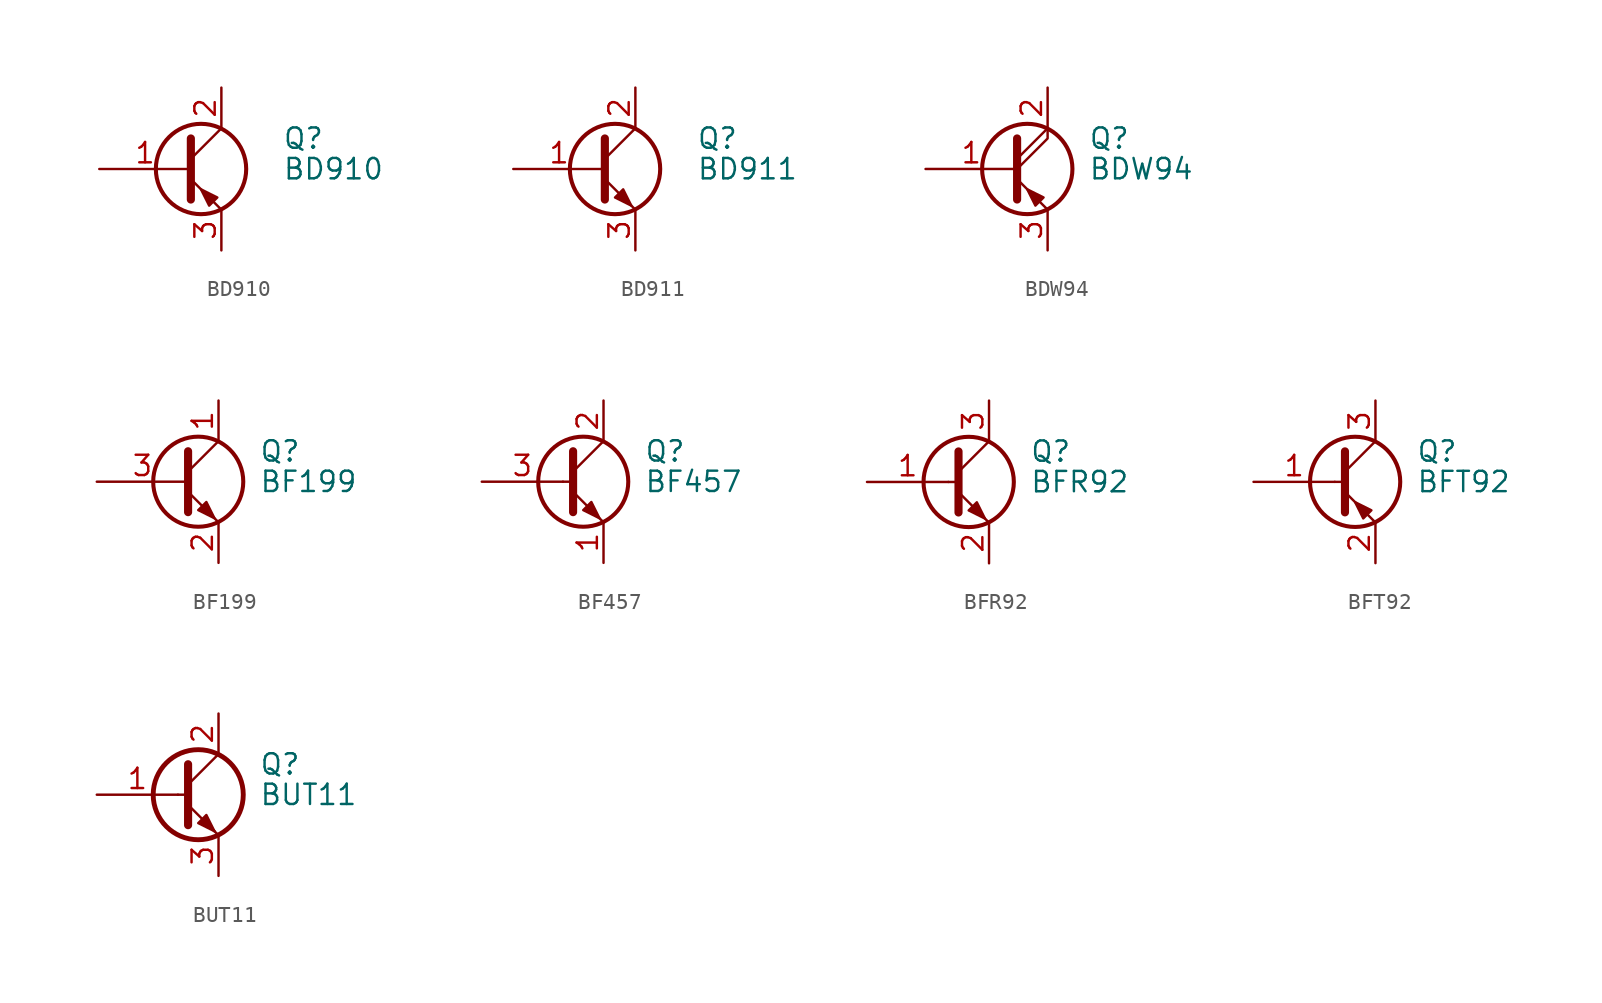
<source format=kicad_sym>
(kicad_symbol_lib
  (version 20201005)
  (generator kicad_symbol_editor)
  (symbol "Transistor_BJT:BD910"
    (pin_names
      (offset 0) hide)
    (property "Reference" "Q"
      (at 6.35 1.905 0)
      (effects (font (size 1.27 1.27)) (justify left)))
    (property "Value" "BD910"
      (at 6.35 0 0)
      (effects (font (size 1.27 1.27)) (justify left)))
    (symbol "BD910_0_1"
      (circle (center 1.27 0) (radius 2.819) (stroke (width 0.254)) (fill (type none)))
      (polyline (pts (xy 0.635 0.635) (xy 2.54 2.54)) (stroke (width 0)) (fill (type none)))
      (polyline (pts (xy 0.635 -0.635) (xy 2.54 -2.54) (xy 2.54 -2.54)) (stroke (width 0)) (fill (type none)))
      (polyline (pts (xy 0.635 1.905) (xy 0.635 -1.905) (xy 0.635 -1.905)) (stroke (width 0.508)) (fill (type none)))
      (polyline (pts (xy 2.286 -1.778) (xy 1.778 -2.286) (xy 1.27 -1.27) (xy 2.286 -1.778) (xy 2.286 -1.778)) (stroke (width 0)) (fill (type outline))))
    (symbol "BD910_1_1"
      (pin input line (at -5.08 0 0) (length 5.715) (name "B" (effects (font (size 1.27 1.27)))) (number "1" (effects (font (size 1.27 1.27)))))
      (pin passive line (at 2.54 5.08 270) (length 2.54) (name "C" (effects (font (size 1.27 1.27)))) (number "2" (effects (font (size 1.27 1.27)))))
      (pin passive line (at 2.54 -5.08 90) (length 2.54) (name "E" (effects (font (size 1.27 1.27)))) (number "3" (effects (font (size 1.27 1.27)))))))
  (symbol "Transistor_BJT:BD911"
    (pin_names
      (offset 0) hide)
    (property "Reference" "Q"
      (at 6.35 1.905 0)
      (effects (font (size 1.27 1.27)) (justify left)))
    (property "Value" "BD911"
      (at 6.35 0 0)
      (effects (font (size 1.27 1.27)) (justify left)))
    (symbol "BD911_0_1"
      (circle (center 1.27 0) (radius 2.819) (stroke (width 0.254)) (fill (type none)))
      (polyline (pts (xy 0.635 0.635) (xy 2.54 2.54)) (stroke (width 0)) (fill (type none)))
      (polyline (pts (xy 0.635 -0.635) (xy 2.54 -2.54) (xy 2.54 -2.54)) (stroke (width 0)) (fill (type none)))
      (polyline (pts (xy 0.635 1.905) (xy 0.635 -1.905) (xy 0.635 -1.905)) (stroke (width 0.508)) (fill (type none)))
      (polyline (pts (xy 1.27 -1.778) (xy 1.778 -1.27) (xy 2.286 -2.286) (xy 1.27 -1.778) (xy 1.27 -1.778)) (stroke (width 0)) (fill (type outline))))
    (symbol "BD911_1_1"
      (pin input line (at -5.08 0 0) (length 5.715) (name "B" (effects (font (size 1.27 1.27)))) (number "1" (effects (font (size 1.27 1.27)))))
      (pin passive line (at 2.54 5.08 270) (length 2.54) (name "C" (effects (font (size 1.27 1.27)))) (number "2" (effects (font (size 1.27 1.27)))))
      (pin passive line (at 2.54 -5.08 90) (length 2.54) (name "E" (effects (font (size 1.27 1.27)))) (number "3" (effects (font (size 1.27 1.27)))))))
  (symbol "Transistor_BJT:BDW94"
    (pin_names
      (offset 0) hide)
    (property "Reference" "Q"
      (at 5.08 1.905 0)
      (effects (font (size 1.27 1.27)) (justify left)))
    (property "Value" "BDW94"
      (at 5.08 0 0)
      (effects (font (size 1.27 1.27)) (justify left)))
    (symbol "BDW94_0_1"
      (circle (center 1.27 0) (radius 2.819) (stroke (width 0.254)) (fill (type none)))
      (polyline (pts (xy 0.635 0.635) (xy 2.54 2.54)) (stroke (width 0)) (fill (type none)))
      (polyline (pts (xy 0.635 -0.635) (xy 2.54 -2.54) (xy 2.54 -2.54)) (stroke (width 0)) (fill (type none)))
      (polyline (pts (xy 0.635 0) (xy 2.54 1.905) (xy 2.54 2.54)) (stroke (width 0)) (fill (type none)))
      (polyline (pts (xy 0.635 1.905) (xy 0.635 -1.905) (xy 0.635 -1.905)) (stroke (width 0.508)) (fill (type none)))
      (polyline (pts (xy 2.286 -1.778) (xy 1.778 -2.286) (xy 1.27 -1.27) (xy 2.286 -1.778) (xy 2.286 -1.778)) (stroke (width 0)) (fill (type outline))))
    (symbol "BDW94_1_1"
      (pin input line (at -5.08 0 0) (length 5.715) (name "B" (effects (font (size 1.27 1.27)))) (number "1" (effects (font (size 1.27 1.27)))))
      (pin passive line (at 2.54 5.08 270) (length 2.54) (name "C" (effects (font (size 1.27 1.27)))) (number "2" (effects (font (size 1.27 1.27)))))
      (pin passive line (at 2.54 -5.08 90) (length 2.54) (name "E" (effects (font (size 1.27 1.27)))) (number "3" (effects (font (size 1.27 1.27)))))))
  (symbol "Transistor_BJT:BF199"
    (pin_names
      (offset 0) hide)
    (property "Reference" "Q"
      (at 5.08 1.905 0)
      (effects (font (size 1.27 1.27)) (justify left)))
    (property "Value" "BF199"
      (at 5.08 0 0)
      (effects (font (size 1.27 1.27)) (justify left)))
    (symbol "BF199_0_1"
      (circle (center 1.27 0) (radius 2.819) (stroke (width 0.254)) (fill (type none)))
      (polyline (pts (xy 0.635 0.635) (xy 2.54 2.54)) (stroke (width 0)) (fill (type none)))
      (polyline (pts (xy 0.635 -0.635) (xy 2.54 -2.54) (xy 2.54 -2.54)) (stroke (width 0)) (fill (type none)))
      (polyline (pts (xy 0.635 1.905) (xy 0.635 -1.905) (xy 0.635 -1.905)) (stroke (width 0.508)) (fill (type none)))
      (polyline (pts (xy 1.27 -1.778) (xy 1.778 -1.27) (xy 2.286 -2.286) (xy 1.27 -1.778) (xy 1.27 -1.778)) (stroke (width 0)) (fill (type outline))))
    (symbol "BF199_1_1"
      (pin passive line (at 2.54 5.08 270) (length 2.54) (name "C" (effects (font (size 1.27 1.27)))) (number "1" (effects (font (size 1.27 1.27)))))
      (pin passive line (at 2.54 -5.08 90) (length 2.54) (name "E" (effects (font (size 1.27 1.27)))) (number "2" (effects (font (size 1.27 1.27)))))
      (pin input line (at -5.08 0 0) (length 5.715) (name "B" (effects (font (size 1.27 1.27)))) (number "3" (effects (font (size 1.27 1.27)))))))
  (symbol "Transistor_BJT:BF457"
    (pin_names
      (offset 0) hide)
    (property "Reference" "Q"
      (at 5.08 1.905 0)
      (effects (font (size 1.27 1.27)) (justify left)))
    (property "Value" "BF457"
      (at 5.08 0 0)
      (effects (font (size 1.27 1.27)) (justify left)))
    (symbol "BF457_0_1"
      (circle (center 1.27 0) (radius 2.819) (stroke (width 0.254)) (fill (type none)))
      (polyline (pts (xy 0 0) (xy 0.635 0)) (stroke (width 0)) (fill (type none)))
      (polyline (pts (xy 0.635 0.635) (xy 2.54 2.54)) (stroke (width 0)) (fill (type none)))
      (polyline (pts (xy 0.635 -0.635) (xy 2.54 -2.54) (xy 2.54 -2.54)) (stroke (width 0)) (fill (type none)))
      (polyline (pts (xy 0.635 1.905) (xy 0.635 -1.905) (xy 0.635 -1.905)) (stroke (width 0.508)) (fill (type none)))
      (polyline (pts (xy 1.27 -1.778) (xy 1.778 -1.27) (xy 2.286 -2.286) (xy 1.27 -1.778) (xy 1.27 -1.778)) (stroke (width 0)) (fill (type outline))))
    (symbol "BF457_1_1"
      (pin passive line (at 2.54 -5.08 90) (length 2.54) (name "E" (effects (font (size 1.27 1.27)))) (number "1" (effects (font (size 1.27 1.27)))))
      (pin passive line (at 2.54 5.08 270) (length 2.54) (name "C" (effects (font (size 1.27 1.27)))) (number "2" (effects (font (size 1.27 1.27)))))
      (pin input line (at -5.08 0 0) (length 5.08) (name "B" (effects (font (size 1.27 1.27)))) (number "3" (effects (font (size 1.27 1.27)))))))
  (symbol "Transistor_BJT:BFR92"
    (pin_names
      (offset 0) hide)
    (property "Reference" "Q"
      (at 5.08 1.905 0)
      (effects (font (size 1.27 1.27)) (justify left)))
    (property "Value" "BFR92"
      (at 5.08 0 0)
      (effects (font (size 1.27 1.27)) (justify left)))
    (symbol "BFR92_0_1"
      (circle (center 1.27 0) (radius 2.819) (stroke (width 0.254)) (fill (type none)))
      (polyline (pts (xy 0 0) (xy 0.635 0)) (stroke (width 0)) (fill (type none)))
      (polyline (pts (xy 0.635 0.635) (xy 2.54 2.54)) (stroke (width 0)) (fill (type none)))
      (polyline (pts (xy 2.54 -2.54) (xy 0.635 -0.635)) (stroke (width 0)) (fill (type none)))
      (polyline (pts (xy 0.635 1.905) (xy 0.635 0) (xy 0.635 -1.905) (xy 0.635 -1.905)) (stroke (width 0.508)) (fill (type none)))
      (polyline (pts (xy 2.286 -2.286) (xy 1.778 -1.27) (xy 1.27 -1.778) (xy 2.286 -2.286) (xy 2.286 -2.286)) (stroke (width 0)) (fill (type outline))))
    (symbol "BFR92_1_1"
      (pin input line (at -5.08 0 0) (length 5.08) (name "B" (effects (font (size 1.27 1.27)))) (number "1" (effects (font (size 1.27 1.27)))))
      (pin passive line (at 2.54 -5.08 90) (length 2.54) (name "E" (effects (font (size 1.27 1.27)))) (number "2" (effects (font (size 1.27 1.27)))))
      (pin passive line (at 2.54 5.08 270) (length 2.54) (name "C" (effects (font (size 1.27 1.27)))) (number "3" (effects (font (size 1.27 1.27)))))))
  (symbol "Transistor_BJT:BFT92"
    (pin_names
      (offset 0) hide)
    (property "Reference" "Q"
      (at 5.08 1.905 0)
      (effects (font (size 1.27 1.27)) (justify left)))
    (property "Value" "BFT92"
      (at 5.08 0 0)
      (effects (font (size 1.27 1.27)) (justify left)))
    (symbol "BFT92_0_1"
      (circle (center 1.27 0) (radius 2.819) (stroke (width 0.254)) (fill (type none)))
      (polyline (pts (xy 0 0) (xy 0.635 0)) (stroke (width 0)) (fill (type none)))
      (polyline (pts (xy 0.635 0.635) (xy 2.54 2.54)) (stroke (width 0)) (fill (type none)))
      (polyline (pts (xy 2.54 -2.54) (xy 0.635 -0.635)) (stroke (width 0)) (fill (type none)))
      (polyline (pts (xy 0.635 1.905) (xy 0.635 0) (xy 0.635 -1.905) (xy 0.635 -1.905)) (stroke (width 0.508)) (fill (type none)))
      (polyline (pts (xy 1.27 -1.27) (xy 1.778 -2.286) (xy 2.286 -1.778) (xy 1.27 -1.27) (xy 1.27 -1.27)) (stroke (width 0)) (fill (type outline))))
    (symbol "BFT92_1_1"
      (pin input line (at -5.08 0 0) (length 5.08) (name "B" (effects (font (size 1.27 1.27)))) (number "1" (effects (font (size 1.27 1.27)))))
      (pin passive line (at 2.54 -5.08 90) (length 2.54) (name "E" (effects (font (size 1.27 1.27)))) (number "2" (effects (font (size 1.27 1.27)))))
      (pin passive line (at 2.54 5.08 270) (length 2.54) (name "C" (effects (font (size 1.27 1.27)))) (number "3" (effects (font (size 1.27 1.27)))))))
  (symbol "Transistor_BJT:BUT11"
    (pin_names
      (offset 0) hide)
    (property "Reference" "Q"
      (at 5.08 1.905 0)
      (effects (font (size 1.27 1.27)) (justify left)))
    (property "Value" "BUT11"
      (at 5.08 0 0)
      (effects (font (size 1.27 1.27)) (justify left)))
    (symbol "BUT11_0_1"
      (circle (center 1.27 0) (radius 2.819) (stroke (width 0.305)) (fill (type none)))
      (polyline (pts (xy 0 0) (xy 0.635 0)) (stroke (width 0)) (fill (type none)))
      (polyline (pts (xy 2.54 -2.54) (xy 0.635 -0.635)) (stroke (width 0)) (fill (type none)))
      (polyline (pts (xy 2.54 2.54) (xy 0.635 0.635)) (stroke (width 0)) (fill (type none)))
      (polyline (pts (xy 0.635 1.905) (xy 0.635 -1.905) (xy 0.635 -1.905)) (stroke (width 0.508)) (fill (type none)))
      (polyline (pts (xy 2.286 -2.286) (xy 1.778 -1.778) (xy 1.778 -1.778)) (stroke (width 0)) (fill (type none)))
      (polyline (pts (xy 1.27 -1.778) (xy 1.778 -1.27) (xy 2.286 -2.286) (xy 1.27 -1.778) (xy 1.27 -1.778)) (stroke (width 0)) (fill (type outline))))
    (symbol "BUT11_1_1"
      (pin input line (at -5.08 0 0) (length 5.08) (name "B" (effects (font (size 1.27 1.27)))) (number "1" (effects (font (size 1.27 1.27)))))
      (pin passive line (at 2.54 5.08 270) (length 2.54) (name "C" (effects (font (size 1.27 1.27)))) (number "2" (effects (font (size 1.27 1.27)))))
      (pin passive line (at 2.54 -5.08 90) (length 2.54) (name "E" (effects (font (size 1.27 1.27)))) (number "3" (effects (font (size 1.27 1.27))))))))
</source>
